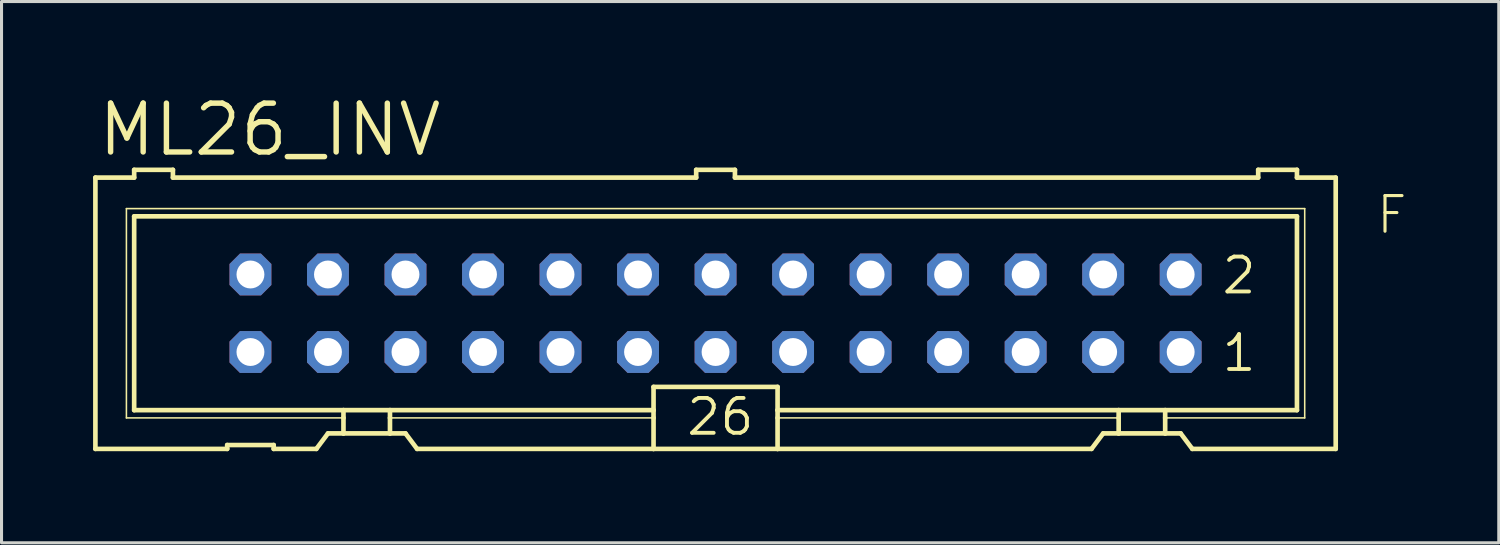
<source format=kicad_pcb>
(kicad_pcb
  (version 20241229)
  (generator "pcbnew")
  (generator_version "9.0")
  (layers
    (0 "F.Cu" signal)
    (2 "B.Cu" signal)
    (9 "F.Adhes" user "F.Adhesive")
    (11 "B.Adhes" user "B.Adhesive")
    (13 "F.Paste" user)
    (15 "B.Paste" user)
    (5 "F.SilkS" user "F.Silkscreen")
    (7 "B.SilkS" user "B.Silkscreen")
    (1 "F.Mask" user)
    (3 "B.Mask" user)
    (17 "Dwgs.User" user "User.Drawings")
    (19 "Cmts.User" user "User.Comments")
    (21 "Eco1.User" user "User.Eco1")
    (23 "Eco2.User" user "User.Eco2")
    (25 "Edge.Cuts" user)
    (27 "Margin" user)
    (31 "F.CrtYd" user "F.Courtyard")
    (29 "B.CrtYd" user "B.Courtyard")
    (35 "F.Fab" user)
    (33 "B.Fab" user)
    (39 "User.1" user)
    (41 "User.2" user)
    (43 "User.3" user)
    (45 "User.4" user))
  (footprint "ML26_INV"
    (layer "F.Cu")
    (at 20.396 7.214)
    (property "Reference" "ML26_INV" (at -20.32 -5.08 0) (layer "F.SilkS") (effects (font (size 1.6 1.6) (thickness 0.178)) (justify left bottom)))
    (fp_line (start -20.32 -4.445) (end -20.32 4.445) (stroke (width 0.152) (type solid)) (layer "F.SilkS"))
    (fp_line (start -20.32 -4.445) (end -19.05 -4.445) (stroke (width 0.152) (type solid)) (layer "F.SilkS"))
    (fp_line (start -20.32 4.445) (end -16.002 4.445) (stroke (width 0.152) (type solid)) (layer "F.SilkS"))
    (fp_line (start -19.304 -3.429) (end -19.304 3.429) (stroke (width 0.051) (type solid)) (layer "F.SilkS"))
    (fp_line (start -19.304 3.429) (end -12.192 3.429) (stroke (width 0.051) (type solid)) (layer "F.SilkS"))
    (fp_line (start -19.05 -4.699) (end -19.05 -4.445) (stroke (width 0.152) (type solid)) (layer "F.SilkS"))
    (fp_line (start -19.05 -3.175) (end -19.05 3.175) (stroke (width 0.152) (type solid)) (layer "F.SilkS"))
    (fp_line (start -19.05 -3.175) (end 19.05 -3.175) (stroke (width 0.152) (type solid)) (layer "F.SilkS"))
    (fp_line (start -17.78 -4.699) (end -19.05 -4.699) (stroke (width 0.152) (type solid)) (layer "F.SilkS"))
    (fp_line (start -17.78 -4.699) (end -17.78 -4.445) (stroke (width 0.152) (type solid)) (layer "F.SilkS"))
    (fp_line (start -17.78 -4.445) (end -0.635 -4.445) (stroke (width 0.152) (type solid)) (layer "F.SilkS"))
    (fp_line (start -16.002 4.318) (end -16.002 4.445) (stroke (width 0.152) (type solid)) (layer "F.SilkS"))
    (fp_line (start -16.002 4.318) (end -14.478 4.318) (stroke (width 0.152) (type solid)) (layer "F.SilkS"))
    (fp_line (start -14.478 4.445) (end -14.478 4.318) (stroke (width 0.152) (type solid)) (layer "F.SilkS"))
    (fp_line (start -14.478 4.445) (end -13.081 4.445) (stroke (width 0.152) (type solid)) (layer "F.SilkS"))
    (fp_line (start -13.081 4.445) (end -12.7 3.937) (stroke (width 0.152) (type solid)) (layer "F.SilkS"))
    (fp_line (start -12.192 3.175) (end -19.05 3.175) (stroke (width 0.152) (type solid)) (layer "F.SilkS"))
    (fp_line (start -12.192 3.175) (end -12.192 3.429) (stroke (width 0.152) (type solid)) (layer "F.SilkS"))
    (fp_line (start -12.192 3.429) (end -12.192 3.937) (stroke (width 0.152) (type solid)) (layer "F.SilkS"))
    (fp_line (start -12.192 3.937) (end -12.7 3.937) (stroke (width 0.152) (type solid)) (layer "F.SilkS"))
    (fp_line (start -10.668 3.175) (end -12.192 3.175) (stroke (width 0.152) (type solid)) (layer "F.SilkS"))
    (fp_line (start -10.668 3.175) (end -10.668 3.429) (stroke (width 0.152) (type solid)) (layer "F.SilkS"))
    (fp_line (start -10.668 3.429) (end -10.668 3.937) (stroke (width 0.152) (type solid)) (layer "F.SilkS"))
    (fp_line (start -10.668 3.429) (end -2.032 3.429) (stroke (width 0.051) (type solid)) (layer "F.SilkS"))
    (fp_line (start -10.668 3.937) (end -12.192 3.937) (stroke (width 0.152) (type solid)) (layer "F.SilkS"))
    (fp_line (start -10.16 3.937) (end -10.668 3.937) (stroke (width 0.152) (type solid)) (layer "F.SilkS"))
    (fp_line (start -10.16 3.937) (end -9.779 4.445) (stroke (width 0.152) (type solid)) (layer "F.SilkS"))
    (fp_line (start -9.779 4.445) (end -2.032 4.445) (stroke (width 0.152) (type solid)) (layer "F.SilkS"))
    (fp_line (start -2.032 3.175) (end -10.668 3.175) (stroke (width 0.152) (type solid)) (layer "F.SilkS"))
    (fp_line (start -2.032 3.175) (end -2.032 2.413) (stroke (width 0.152) (type solid)) (layer "F.SilkS"))
    (fp_line (start -2.032 3.175) (end -2.032 3.429) (stroke (width 0.152) (type solid)) (layer "F.SilkS"))
    (fp_line (start -2.032 3.429) (end -2.032 4.445) (stroke (width 0.152) (type solid)) (layer "F.SilkS"))
    (fp_line (start -0.635 -4.699) (end -0.635 -4.445) (stroke (width 0.152) (type solid)) (layer "F.SilkS"))
    (fp_line (start 0.635 -4.699) (end -0.635 -4.699) (stroke (width 0.152) (type solid)) (layer "F.SilkS"))
    (fp_line (start 0.635 -4.699) (end 0.635 -4.445) (stroke (width 0.152) (type solid)) (layer "F.SilkS"))
    (fp_line (start 0.635 -4.445) (end 17.78 -4.445) (stroke (width 0.152) (type solid)) (layer "F.SilkS"))
    (fp_line (start 2.032 2.413) (end -2.032 2.413) (stroke (width 0.152) (type solid)) (layer "F.SilkS"))
    (fp_line (start 2.032 2.413) (end 2.032 3.175) (stroke (width 0.152) (type solid)) (layer "F.SilkS"))
    (fp_line (start 2.032 3.175) (end 2.032 3.429) (stroke (width 0.152) (type solid)) (layer "F.SilkS"))
    (fp_line (start 2.032 3.429) (end 2.032 4.445) (stroke (width 0.152) (type solid)) (layer "F.SilkS"))
    (fp_line (start 2.032 4.445) (end -2.032 4.445) (stroke (width 0.152) (type solid)) (layer "F.SilkS"))
    (fp_line (start 12.319 4.445) (end 2.032 4.445) (stroke (width 0.152) (type solid)) (layer "F.SilkS"))
    (fp_line (start 12.319 4.445) (end 12.7 3.937) (stroke (width 0.152) (type solid)) (layer "F.SilkS"))
    (fp_line (start 13.208 3.175) (end 2.032 3.175) (stroke (width 0.152) (type solid)) (layer "F.SilkS"))
    (fp_line (start 13.208 3.175) (end 13.208 3.429) (stroke (width 0.152) (type solid)) (layer "F.SilkS"))
    (fp_line (start 13.208 3.429) (end 2.032 3.429) (stroke (width 0.051) (type solid)) (layer "F.SilkS"))
    (fp_line (start 13.208 3.429) (end 13.208 3.937) (stroke (width 0.152) (type solid)) (layer "F.SilkS"))
    (fp_line (start 13.208 3.937) (end 12.7 3.937) (stroke (width 0.152) (type solid)) (layer "F.SilkS"))
    (fp_line (start 14.732 3.175) (end 13.208 3.175) (stroke (width 0.152) (type solid)) (layer "F.SilkS"))
    (fp_line (start 14.732 3.175) (end 14.732 3.429) (stroke (width 0.152) (type solid)) (layer "F.SilkS"))
    (fp_line (start 14.732 3.429) (end 14.732 3.937) (stroke (width 0.152) (type solid)) (layer "F.SilkS"))
    (fp_line (start 14.732 3.429) (end 19.304 3.429) (stroke (width 0.051) (type solid)) (layer "F.SilkS"))
    (fp_line (start 14.732 3.937) (end 13.208 3.937) (stroke (width 0.152) (type solid)) (layer "F.SilkS"))
    (fp_line (start 15.24 3.937) (end 14.732 3.937) (stroke (width 0.152) (type solid)) (layer "F.SilkS"))
    (fp_line (start 15.24 3.937) (end 15.621 4.445) (stroke (width 0.152) (type solid)) (layer "F.SilkS"))
    (fp_line (start 17.78 -4.445) (end 17.78 -4.699) (stroke (width 0.152) (type solid)) (layer "F.SilkS"))
    (fp_line (start 19.05 -4.699) (end 17.78 -4.699) (stroke (width 0.152) (type solid)) (layer "F.SilkS"))
    (fp_line (start 19.05 -4.445) (end 19.05 -4.699) (stroke (width 0.152) (type solid)) (layer "F.SilkS"))
    (fp_line (start 19.05 -4.445) (end 20.32 -4.445) (stroke (width 0.152) (type solid)) (layer "F.SilkS"))
    (fp_line (start 19.05 3.175) (end 14.732 3.175) (stroke (width 0.152) (type solid)) (layer "F.SilkS"))
    (fp_line (start 19.05 3.175) (end 19.05 -3.175) (stroke (width 0.152) (type solid)) (layer "F.SilkS"))
    (fp_line (start 19.304 -3.429) (end -19.304 -3.429) (stroke (width 0.051) (type solid)) (layer "F.SilkS"))
    (fp_line (start 19.304 3.429) (end 19.304 -3.429) (stroke (width 0.051) (type solid)) (layer "F.SilkS"))
    (fp_line (start 20.32 4.445) (end 15.621 4.445) (stroke (width 0.152) (type solid)) (layer "F.SilkS"))
    (fp_line (start 20.32 4.445) (end 20.32 -4.445) (stroke (width 0.152) (type solid)) (layer "F.SilkS"))
    (fp_poly (pts (xy -14.986 -1.524) (xy -15.494 -1.524) (xy -15.494 -1.016) (xy -14.986 -1.016)) (stroke (width 0.1) (type solid)) (fill no) (layer "F.Fab"))
    (fp_poly (pts (xy -14.986 1.016) (xy -15.494 1.016) (xy -15.494 1.524) (xy -14.986 1.524)) (stroke (width 0.1) (type solid)) (fill no) (layer "F.Fab"))
    (fp_poly (pts (xy -12.446 -1.524) (xy -12.954 -1.524) (xy -12.954 -1.016) (xy -12.446 -1.016)) (stroke (width 0.1) (type solid)) (fill no) (layer "F.Fab"))
    (fp_poly (pts (xy -12.446 1.016) (xy -12.954 1.016) (xy -12.954 1.524) (xy -12.446 1.524)) (stroke (width 0.1) (type solid)) (fill no) (layer "F.Fab"))
    (fp_poly (pts (xy -9.906 -1.524) (xy -10.414 -1.524) (xy -10.414 -1.016) (xy -9.906 -1.016)) (stroke (width 0.1) (type solid)) (fill no) (layer "F.Fab"))
    (fp_poly (pts (xy -9.906 1.016) (xy -10.414 1.016) (xy -10.414 1.524) (xy -9.906 1.524)) (stroke (width 0.1) (type solid)) (fill no) (layer "F.Fab"))
    (fp_poly (pts (xy -7.366 -1.524) (xy -7.874 -1.524) (xy -7.874 -1.016) (xy -7.366 -1.016)) (stroke (width 0.1) (type solid)) (fill no) (layer "F.Fab"))
    (fp_poly (pts (xy -7.366 1.016) (xy -7.874 1.016) (xy -7.874 1.524) (xy -7.366 1.524)) (stroke (width 0.1) (type solid)) (fill no) (layer "F.Fab"))
    (fp_poly (pts (xy -4.826 -1.524) (xy -5.334 -1.524) (xy -5.334 -1.016) (xy -4.826 -1.016)) (stroke (width 0.1) (type solid)) (fill no) (layer "F.Fab"))
    (fp_poly (pts (xy -4.826 1.016) (xy -5.334 1.016) (xy -5.334 1.524) (xy -4.826 1.524)) (stroke (width 0.1) (type solid)) (fill no) (layer "F.Fab"))
    (fp_poly (pts (xy -2.286 -1.524) (xy -2.794 -1.524) (xy -2.794 -1.016) (xy -2.286 -1.016)) (stroke (width 0.1) (type solid)) (fill no) (layer "F.Fab"))
    (fp_poly (pts (xy -2.286 1.016) (xy -2.794 1.016) (xy -2.794 1.524) (xy -2.286 1.524)) (stroke (width 0.1) (type solid)) (fill no) (layer "F.Fab"))
    (fp_poly (pts (xy 0.254 -1.524) (xy -0.254 -1.524) (xy -0.254 -1.016) (xy 0.254 -1.016)) (stroke (width 0.1) (type solid)) (fill no) (layer "F.Fab"))
    (fp_poly (pts (xy 0.254 1.016) (xy -0.254 1.016) (xy -0.254 1.524) (xy 0.254 1.524)) (stroke (width 0.1) (type solid)) (fill no) (layer "F.Fab"))
    (fp_poly (pts (xy 2.794 -1.524) (xy 2.286 -1.524) (xy 2.286 -1.016) (xy 2.794 -1.016)) (stroke (width 0.1) (type solid)) (fill no) (layer "F.Fab"))
    (fp_poly (pts (xy 2.794 1.016) (xy 2.286 1.016) (xy 2.286 1.524) (xy 2.794 1.524)) (stroke (width 0.1) (type solid)) (fill no) (layer "F.Fab"))
    (fp_poly (pts (xy 5.334 -1.524) (xy 4.826 -1.524) (xy 4.826 -1.016) (xy 5.334 -1.016)) (stroke (width 0.1) (type solid)) (fill no) (layer "F.Fab"))
    (fp_poly (pts (xy 5.334 1.016) (xy 4.826 1.016) (xy 4.826 1.524) (xy 5.334 1.524)) (stroke (width 0.1) (type solid)) (fill no) (layer "F.Fab"))
    (fp_poly (pts (xy 7.874 -1.524) (xy 7.366 -1.524) (xy 7.366 -1.016) (xy 7.874 -1.016)) (stroke (width 0.1) (type solid)) (fill no) (layer "F.Fab"))
    (fp_poly (pts (xy 7.874 1.016) (xy 7.366 1.016) (xy 7.366 1.524) (xy 7.874 1.524)) (stroke (width 0.1) (type solid)) (fill no) (layer "F.Fab"))
    (fp_poly (pts (xy 10.414 -1.524) (xy 9.906 -1.524) (xy 9.906 -1.016) (xy 10.414 -1.016)) (stroke (width 0.1) (type solid)) (fill no) (layer "F.Fab"))
    (fp_poly (pts (xy 10.414 1.016) (xy 9.906 1.016) (xy 9.906 1.524) (xy 10.414 1.524)) (stroke (width 0.1) (type solid)) (fill no) (layer "F.Fab"))
    (fp_poly (pts (xy 12.954 -1.524) (xy 12.446 -1.524) (xy 12.446 -1.016) (xy 12.954 -1.016)) (stroke (width 0.1) (type solid)) (fill no) (layer "F.Fab"))
    (fp_poly (pts (xy 12.954 1.016) (xy 12.446 1.016) (xy 12.446 1.524) (xy 12.954 1.524)) (stroke (width 0.1) (type solid)) (fill no) (layer "F.Fab"))
    (fp_poly (pts (xy 15.494 -1.524) (xy 14.986 -1.524) (xy 14.986 -1.016) (xy 15.494 -1.016)) (stroke (width 0.1) (type solid)) (fill no) (layer "F.Fab"))
    (fp_poly (pts (xy 15.494 1.016) (xy 14.986 1.016) (xy 14.986 1.524) (xy 15.494 1.524)) (stroke (width 0.1) (type solid)) (fill no) (layer "F.Fab"))
    (fp_text user "26" (at -1.016 4.064 0) (layer "F.SilkS") (effects (font (size 1.143 1.143) (thickness 0.127)) (justify left bottom)))
    (fp_text user "F" (at 21.59 -2.54 0) (layer "F.SilkS") (effects (font (size 1.168 1.168) (thickness 0.102)) (justify left bottom)))
    (fp_text user "2" (at 17.78 -1.905 0) (layer "F.SilkS") (effects (font (size 1.143 1.143) (thickness 0.127)) (justify right top)))
    (fp_text user "1" (at 17.78 0.635 0) (layer "F.SilkS") (effects (font (size 1.143 1.143) (thickness 0.127)) (justify right top)))
    (pad "1" thru_hole roundrect (at 15.24 1.27 180) (size 1.372 1.372) (drill 0.914) (layers "*.Cu" "*.Mask") (roundrect_rratio 0.25) (chamfer_ratio 0.25) (chamfer top_left top_right bottom_left bottom_right))
    (pad "2" thru_hole roundrect (at 15.24 -1.27 180) (size 1.372 1.372) (drill 0.914) (layers "*.Cu" "*.Mask") (roundrect_rratio 0.25) (chamfer_ratio 0.25) (chamfer top_left top_right bottom_left bottom_right))
    (pad "3" thru_hole roundrect (at 12.7 1.27 180) (size 1.372 1.372) (drill 0.914) (layers "*.Cu" "*.Mask") (roundrect_rratio 0.25) (chamfer_ratio 0.25) (chamfer top_left top_right bottom_left bottom_right))
    (pad "4" thru_hole roundrect (at 12.7 -1.27 180) (size 1.372 1.372) (drill 0.914) (layers "*.Cu" "*.Mask") (roundrect_rratio 0.25) (chamfer_ratio 0.25) (chamfer top_left top_right bottom_left bottom_right))
    (pad "5" thru_hole roundrect (at 10.16 1.27 180) (size 1.372 1.372) (drill 0.914) (layers "*.Cu" "*.Mask") (roundrect_rratio 0.25) (chamfer_ratio 0.25) (chamfer top_left top_right bottom_left bottom_right))
    (pad "6" thru_hole roundrect (at 10.16 -1.27 180) (size 1.372 1.372) (drill 0.914) (layers "*.Cu" "*.Mask") (roundrect_rratio 0.25) (chamfer_ratio 0.25) (chamfer top_left top_right bottom_left bottom_right))
    (pad "7" thru_hole roundrect (at 7.62 1.27 180) (size 1.372 1.372) (drill 0.914) (layers "*.Cu" "*.Mask") (roundrect_rratio 0.25) (chamfer_ratio 0.25) (chamfer top_left top_right bottom_left bottom_right))
    (pad "8" thru_hole roundrect (at 7.62 -1.27 180) (size 1.372 1.372) (drill 0.914) (layers "*.Cu" "*.Mask") (roundrect_rratio 0.25) (chamfer_ratio 0.25) (chamfer top_left top_right bottom_left bottom_right))
    (pad "9" thru_hole roundrect (at 5.08 1.27 180) (size 1.372 1.372) (drill 0.914) (layers "*.Cu" "*.Mask") (roundrect_rratio 0.25) (chamfer_ratio 0.25) (chamfer top_left top_right bottom_left bottom_right))
    (pad "10" thru_hole roundrect (at 5.08 -1.27 180) (size 1.372 1.372) (drill 0.914) (layers "*.Cu" "*.Mask") (roundrect_rratio 0.25) (chamfer_ratio 0.25) (chamfer top_left top_right bottom_left bottom_right))
    (pad "11" thru_hole roundrect (at 2.54 1.27 180) (size 1.372 1.372) (drill 0.914) (layers "*.Cu" "*.Mask") (roundrect_rratio 0.25) (chamfer_ratio 0.25) (chamfer top_left top_right bottom_left bottom_right))
    (pad "12" thru_hole roundrect (at 2.54 -1.27 180) (size 1.372 1.372) (drill 0.914) (layers "*.Cu" "*.Mask") (roundrect_rratio 0.25) (chamfer_ratio 0.25) (chamfer top_left top_right bottom_left bottom_right))
    (pad "13" thru_hole roundrect (at 0 1.27 180) (size 1.372 1.372) (drill 0.914) (layers "*.Cu" "*.Mask") (roundrect_rratio 0.25) (chamfer_ratio 0.25) (chamfer top_left top_right bottom_left bottom_right))
    (pad "14" thru_hole roundrect (at 0 -1.27 180) (size 1.372 1.372) (drill 0.914) (layers "*.Cu" "*.Mask") (roundrect_rratio 0.25) (chamfer_ratio 0.25) (chamfer top_left top_right bottom_left bottom_right))
    (pad "15" thru_hole roundrect (at -2.54 1.27 180) (size 1.372 1.372) (drill 0.914) (layers "*.Cu" "*.Mask") (roundrect_rratio 0.25) (chamfer_ratio 0.25) (chamfer top_left top_right bottom_left bottom_right))
    (pad "16" thru_hole roundrect (at -2.54 -1.27 180) (size 1.372 1.372) (drill 0.914) (layers "*.Cu" "*.Mask") (roundrect_rratio 0.25) (chamfer_ratio 0.25) (chamfer top_left top_right bottom_left bottom_right))
    (pad "17" thru_hole roundrect (at -5.08 1.27 180) (size 1.372 1.372) (drill 0.914) (layers "*.Cu" "*.Mask") (roundrect_rratio 0.25) (chamfer_ratio 0.25) (chamfer top_left top_right bottom_left bottom_right))
    (pad "18" thru_hole roundrect (at -5.08 -1.27 180) (size 1.372 1.372) (drill 0.914) (layers "*.Cu" "*.Mask") (roundrect_rratio 0.25) (chamfer_ratio 0.25) (chamfer top_left top_right bottom_left bottom_right))
    (pad "19" thru_hole roundrect (at -7.62 1.27 180) (size 1.372 1.372) (drill 0.914) (layers "*.Cu" "*.Mask") (roundrect_rratio 0.25) (chamfer_ratio 0.25) (chamfer top_left top_right bottom_left bottom_right))
    (pad "20" thru_hole roundrect (at -7.62 -1.27 180) (size 1.372 1.372) (drill 0.914) (layers "*.Cu" "*.Mask") (roundrect_rratio 0.25) (chamfer_ratio 0.25) (chamfer top_left top_right bottom_left bottom_right))
    (pad "21" thru_hole roundrect (at -10.16 1.27 180) (size 1.372 1.372) (drill 0.914) (layers "*.Cu" "*.Mask") (roundrect_rratio 0.25) (chamfer_ratio 0.25) (chamfer top_left top_right bottom_left bottom_right))
    (pad "22" thru_hole roundrect (at -10.16 -1.27 180) (size 1.372 1.372) (drill 0.914) (layers "*.Cu" "*.Mask") (roundrect_rratio 0.25) (chamfer_ratio 0.25) (chamfer top_left top_right bottom_left bottom_right))
    (pad "23" thru_hole roundrect (at -12.7 1.27 180) (size 1.372 1.372) (drill 0.914) (layers "*.Cu" "*.Mask") (roundrect_rratio 0.25) (chamfer_ratio 0.25) (chamfer top_left top_right bottom_left bottom_right))
    (pad "24" thru_hole roundrect (at -12.7 -1.27 180) (size 1.372 1.372) (drill 0.914) (layers "*.Cu" "*.Mask") (roundrect_rratio 0.25) (chamfer_ratio 0.25) (chamfer top_left top_right bottom_left bottom_right))
    (pad "25" thru_hole roundrect (at -15.24 1.27 180) (size 1.372 1.372) (drill 0.914) (layers "*.Cu" "*.Mask") (roundrect_rratio 0.25) (chamfer_ratio 0.25) (chamfer top_left top_right bottom_left bottom_right))
    (pad "26" thru_hole roundrect (at -15.24 -1.27 180) (size 1.372 1.372) (drill 0.914) (layers "*.Cu" "*.Mask") (roundrect_rratio 0.25) (chamfer_ratio 0.25) (chamfer top_left top_right bottom_left bottom_right)))
  (gr_rect
    (start -3 -3)
    (end 46.059 14.735)
    (stroke (width 0.1) (type default))
    (fill no)
    (layer "Edge.Cuts")))
</source>
